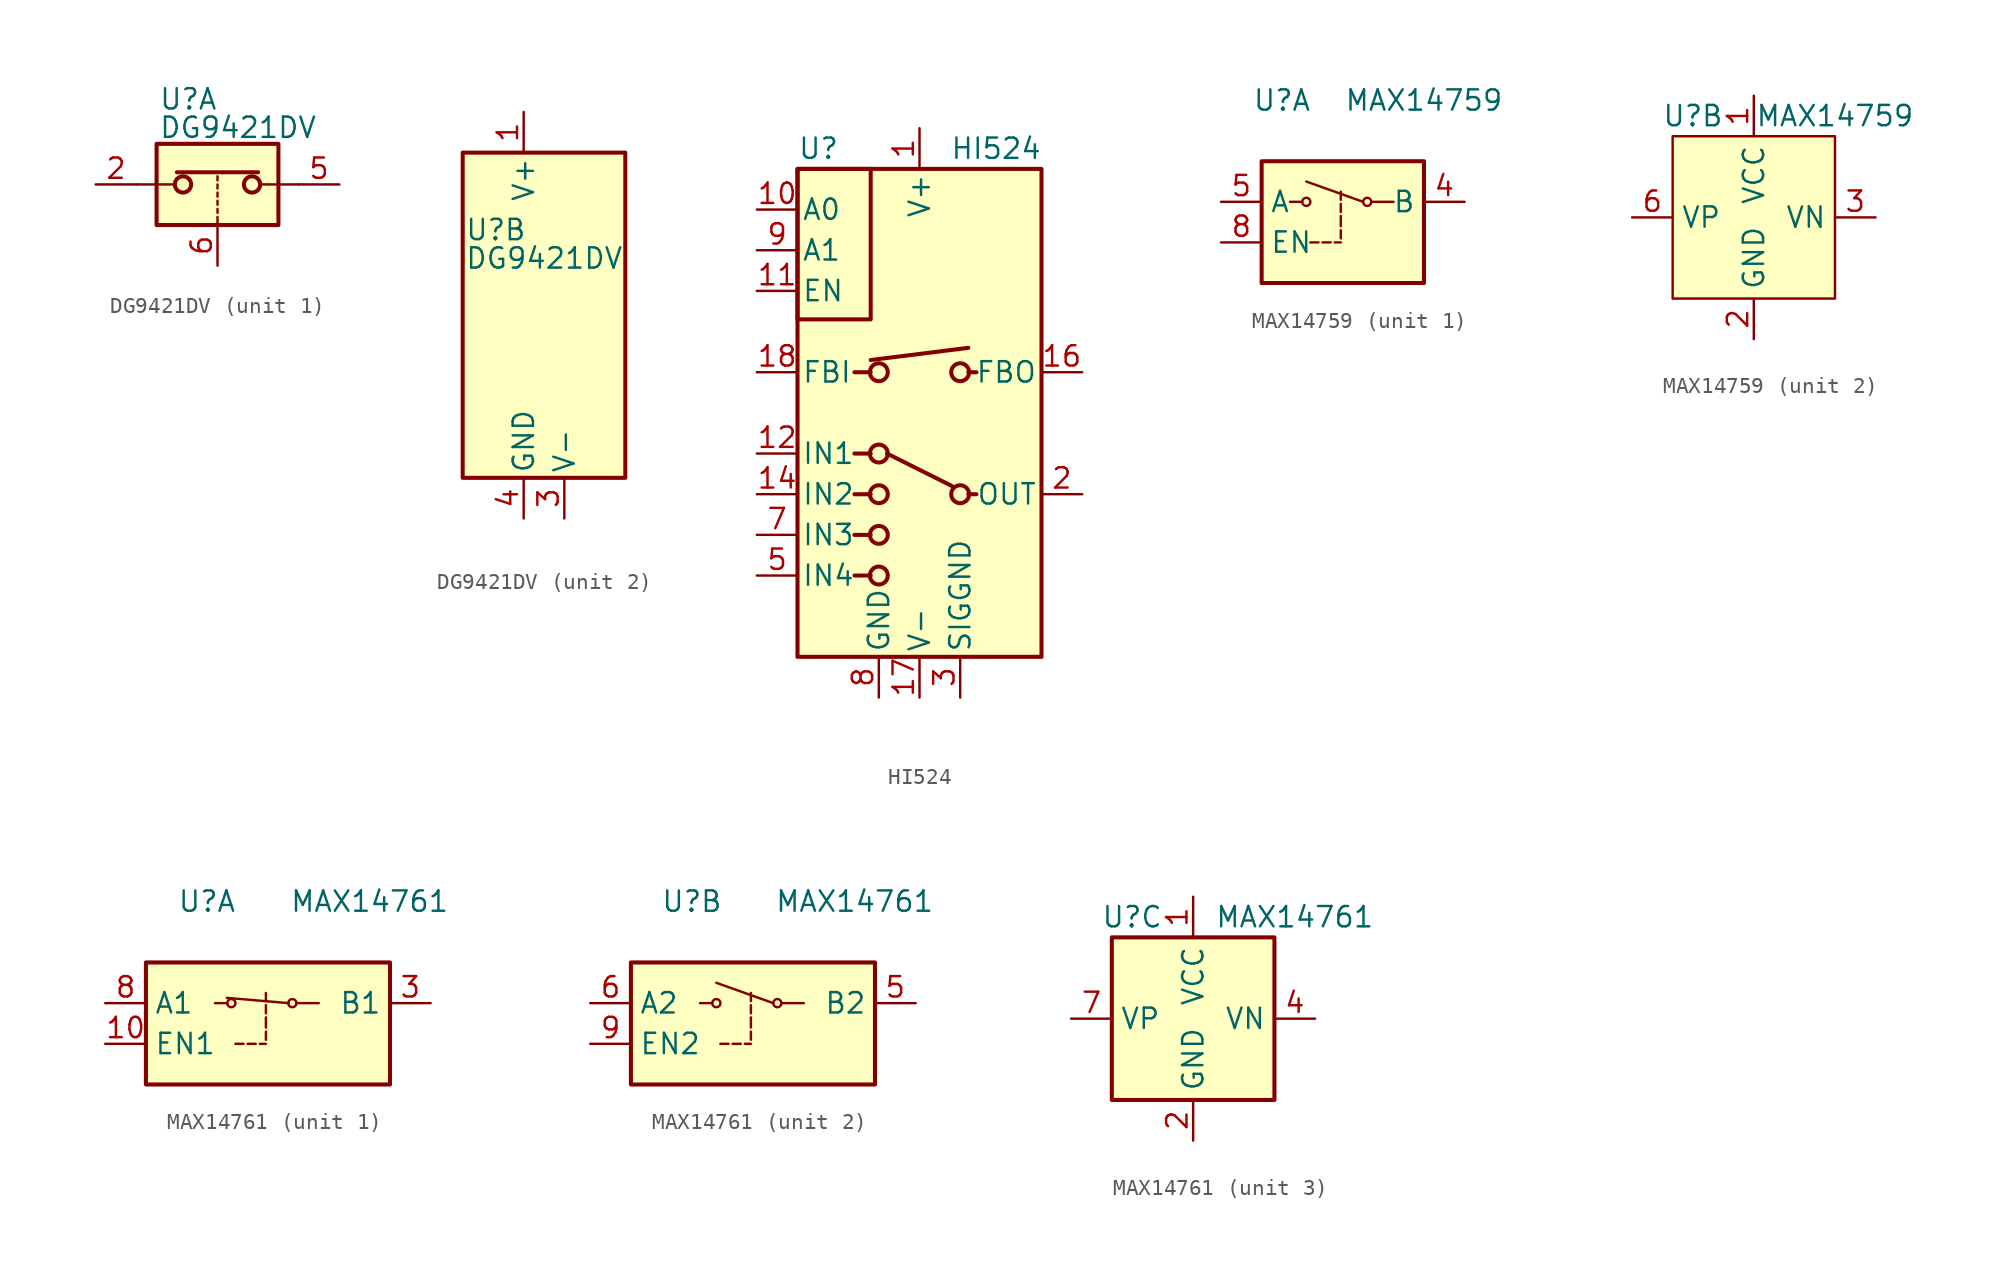
<source format=kicad_sym>
(kicad_symbol_lib
  (version 20220914)
  (generator kicad_symbol_editor)
  (symbol "DG9421DV"
    (pin_names
      (offset 0.254))
    (property "Reference" "U"
      (at -3.683 5.334 0)
      (effects (font (size 1.27 1.27)) (justify left)))
    (property "Value" "DG9421DV"
      (at -3.683 3.556 0)
      (effects (font (size 1.27 1.27)) (justify left)))
    (symbol "DG9421DV_1_1"
      (rectangle (start -3.81 2.54) (end 3.81 -2.54) (stroke (width 0.254) (type default)) (fill (type background)))
      (circle (center -2.159 0) (radius 0.508) (stroke (width 0.254) (type default)) (fill (type none)))
      (polyline (pts (xy -5.08 0) (xy -2.794 0)) (stroke (width 0) (type default)) (fill (type none)))
      (polyline (pts (xy -2.54 0.762) (xy 2.54 0.762)) (stroke (width 0.254) (type default)) (fill (type none)))
      (polyline (pts (xy 0 -2.54) (xy 0 -2.032)) (stroke (width 0) (type default)) (fill (type none)))
      (polyline (pts (xy 0 -1.778) (xy 0 -1.524)) (stroke (width 0) (type default)) (fill (type none)))
      (polyline (pts (xy 0 -1.27) (xy 0 -1.016)) (stroke (width 0) (type default)) (fill (type none)))
      (polyline (pts (xy 0 -0.762) (xy 0 -0.508)) (stroke (width 0) (type default)) (fill (type none)))
      (polyline (pts (xy 0 -0.254) (xy 0 0)) (stroke (width 0) (type default)) (fill (type none)))
      (polyline (pts (xy 0 0.254) (xy 0 0.508)) (stroke (width 0) (type default)) (fill (type none)))
      (polyline (pts (xy 5.08 0) (xy 2.794 0)) (stroke (width 0) (type default)) (fill (type none)))
      (circle (center 2.159 0) (radius 0.508) (stroke (width 0.254) (type default)) (fill (type none)))
      (pin passive line (at -7.62 0 0) (length 2.54) (name "~" (effects (font (size 1.27 1.27)))) (number "2" (effects (font (size 1.27 1.27)))))
      (pin passive line (at 7.62 0 180) (length 2.54) (name "~" (effects (font (size 1.27 1.27)))) (number "5" (effects (font (size 1.27 1.27)))))
      (pin input line (at 0 -5.08 90) (length 2.54) (name "~" (effects (font (size 1.27 1.27)))) (number "6" (effects (font (size 1.27 1.27))))))
    (symbol "DG9421DV_2_0"
      (pin power_in line (at 0 12.7 270) (length 2.54) (name "V+" (effects (font (size 1.27 1.27)))) (number "1" (effects (font (size 1.27 1.27)))))
      (pin power_in line (at 2.54 -12.7 90) (length 2.54) (name "V-" (effects (font (size 1.27 1.27)))) (number "3" (effects (font (size 1.27 1.27)))))
      (pin power_in line (at 0 -12.7 90) (length 2.54) (name "GND" (effects (font (size 1.27 1.27)))) (number "4" (effects (font (size 1.27 1.27))))))
    (symbol "DG9421DV_2_1"
      (rectangle (start -3.81 10.16) (end 6.35 -10.16) (stroke (width 0.254) (type default)) (fill (type background)))))
  (symbol "HI524"
    (pin_names
      (offset 0.254))
    (property "Reference" "U"
      (at -7.62 16.51 0)
      (effects (font (size 1.27 1.27)) (justify left)))
    (property "Value" "HI524"
      (at 1.905 16.51 0)
      (effects (font (size 1.27 1.27)) (justify left)))
    (symbol "HI524_0_1"
      (rectangle (start -7.62 -15.24) (end 7.62 15.24) (stroke (width 0.254) (type default)) (fill (type background)))
      (rectangle (start -7.62 5.842) (end -3.048 15.24) (stroke (width 0.254) (type default)) (fill (type none)))
      (circle (center -2.54 -10.16) (radius 0.559) (stroke (width 0.254) (type default)) (fill (type none)))
      (circle (center -2.54 -7.62) (radius 0.559) (stroke (width 0.254) (type default)) (fill (type none)))
      (circle (center -2.54 -5.08) (radius 0.559) (stroke (width 0.254) (type default)) (fill (type none)))
      (circle (center -2.54 -2.54) (radius 0.559) (stroke (width 0.254) (type default)) (fill (type none)))
      (circle (center -2.54 2.54) (radius 0.559) (stroke (width 0.254) (type default)) (fill (type none)))
      (polyline (pts (xy -4.064 -10.16) (xy -3.048 -10.16)) (stroke (width 0.254) (type default)) (fill (type none)))
      (polyline (pts (xy -4.064 -5.08) (xy -3.048 -5.08)) (stroke (width 0.254) (type default)) (fill (type none)))
      (polyline (pts (xy -3.048 -7.62) (xy -4.064 -7.62)) (stroke (width 0.254) (type default)) (fill (type none)))
      (polyline (pts (xy -3.048 -2.54) (xy -4.064 -2.54)) (stroke (width 0.254) (type default)) (fill (type none)))
      (polyline (pts (xy -3.048 2.54) (xy -4.064 2.54)) (stroke (width 0.254) (type default)) (fill (type none)))
      (polyline (pts (xy -3.048 3.302) (xy 3.048 4.064)) (stroke (width 0.254) (type default)) (fill (type none)))
      (polyline (pts (xy 2.032 -4.572) (xy -2.032 -2.54)) (stroke (width 0.254) (type default)) (fill (type none)))
      (polyline (pts (xy 3.048 -5.08) (xy 3.556 -5.08)) (stroke (width 0.254) (type default)) (fill (type none)))
      (polyline (pts (xy 3.048 2.54) (xy 3.556 2.54)) (stroke (width 0.254) (type default)) (fill (type none)))
      (circle (center 2.54 -5.08) (radius 0.559) (stroke (width 0.254) (type default)) (fill (type none)))
      (circle (center 2.54 2.54) (radius 0.559) (stroke (width 0.254) (type default)) (fill (type none))))
    (symbol "HI524_1_1"
      (pin power_in line (at 0 17.78 270) (length 2.54) (name "V+" (effects (font (size 1.27 1.27)))) (number "1" (effects (font (size 1.27 1.27)))))
      (pin input line (at -10.16 12.7 0) (length 2.54) (name "A0" (effects (font (size 1.27 1.27)))) (number "10" (effects (font (size 1.27 1.27)))))
      (pin input line (at -10.16 7.62 0) (length 2.54) (name "EN" (effects (font (size 1.27 1.27)))) (number "11" (effects (font (size 1.27 1.27)))))
      (pin input line (at -10.16 -2.54 0) (length 2.54) (name "IN1" (effects (font (size 1.27 1.27)))) (number "12" (effects (font (size 1.27 1.27)))))
      (pin passive line (at 2.54 -17.78 90) (length 2.54) hide (name "SIGGND" (effects (font (size 1.27 1.27)))) (number "13" (effects (font (size 1.27 1.27)))))
      (pin input line (at -10.16 -5.08 0) (length 2.54) (name "IN2" (effects (font (size 1.27 1.27)))) (number "14" (effects (font (size 1.27 1.27)))))
      (pin passive line (at 2.54 -17.78 90) (length 2.54) hide (name "SIGGND" (effects (font (size 1.27 1.27)))) (number "15" (effects (font (size 1.27 1.27)))))
      (pin output line (at 10.16 2.54 180) (length 2.54) (name "FBO" (effects (font (size 1.27 1.27)))) (number "16" (effects (font (size 1.27 1.27)))))
      (pin power_in line (at 0 -17.78 90) (length 2.54) (name "V-" (effects (font (size 1.27 1.27)))) (number "17" (effects (font (size 1.27 1.27)))))
      (pin input line (at -10.16 2.54 0) (length 2.54) (name "FBI" (effects (font (size 1.27 1.27)))) (number "18" (effects (font (size 1.27 1.27)))))
      (pin output line (at 10.16 -5.08 180) (length 2.54) (name "OUT" (effects (font (size 1.27 1.27)))) (number "2" (effects (font (size 1.27 1.27)))))
      (pin power_in line (at 2.54 -17.78 90) (length 2.54) (name "SIGGND" (effects (font (size 1.27 1.27)))) (number "3" (effects (font (size 1.27 1.27)))))
      (pin passive line (at 2.54 -17.78 90) (length 2.54) hide (name "SIGGND" (effects (font (size 1.27 1.27)))) (number "4" (effects (font (size 1.27 1.27)))))
      (pin input line (at -10.16 -10.16 0) (length 2.54) (name "IN4" (effects (font (size 1.27 1.27)))) (number "5" (effects (font (size 1.27 1.27)))))
      (pin passive line (at 2.54 -17.78 90) (length 2.54) hide (name "SIGGND" (effects (font (size 1.27 1.27)))) (number "6" (effects (font (size 1.27 1.27)))))
      (pin input line (at -10.16 -7.62 0) (length 2.54) (name "IN3" (effects (font (size 1.27 1.27)))) (number "7" (effects (font (size 1.27 1.27)))))
      (pin power_in line (at -2.54 -17.78 90) (length 2.54) (name "GND" (effects (font (size 1.27 1.27)))) (number "8" (effects (font (size 1.27 1.27)))))
      (pin input line (at -10.16 10.16 0) (length 2.54) (name "A1" (effects (font (size 1.27 1.27)))) (number "9" (effects (font (size 1.27 1.27)))))))
  (symbol "MAX14759"
    (property "Reference" "U"
      (at -3.81 6.35 0)
      (effects (font (size 1.27 1.27))))
    (property "Value" "MAX14759"
      (at 5.08 6.35 0)
      (effects (font (size 1.27 1.27))))
    (property "ki_locked" ""
      (at 0 0 0)
      (effects (font (size 1.27 1.27))))
    (symbol "MAX14759_1_1"
      (rectangle (start -5.08 -5.08) (end 5.08 2.54) (stroke (width 0.254) (type default)) (fill (type background)))
      (circle (center -2.286 0) (radius 0.254) (stroke (width 0) (type default)) (fill (type none)))
      (polyline (pts (xy -3.302 0) (xy -2.54 0)) (stroke (width 0) (type default)) (fill (type none)))
      (polyline (pts (xy -2.032 -2.54) (xy -1.524 -2.54)) (stroke (width 0) (type default)) (fill (type none)))
      (polyline (pts (xy -1.27 -2.54) (xy -0.762 -2.54)) (stroke (width 0) (type default)) (fill (type none)))
      (polyline (pts (xy -0.508 -2.54) (xy -0.127 -2.54)) (stroke (width 0) (type default)) (fill (type none)))
      (polyline (pts (xy -0.127 -2.286) (xy -0.127 -1.778)) (stroke (width 0) (type default)) (fill (type none)))
      (polyline (pts (xy -0.127 -1.524) (xy -0.127 -0.889)) (stroke (width 0) (type default)) (fill (type none)))
      (polyline (pts (xy -0.127 -0.635) (xy -0.127 -0.127)) (stroke (width 0) (type default)) (fill (type none)))
      (polyline (pts (xy -0.127 0.127) (xy -0.127 0.635)) (stroke (width 0) (type default)) (fill (type none)))
      (polyline (pts (xy 1.27 0) (xy -2.286 1.27)) (stroke (width 0) (type default)) (fill (type none)))
      (polyline (pts (xy 3.175 0) (xy 1.778 0)) (stroke (width 0) (type default)) (fill (type none)))
      (circle (center 1.524 0) (radius 0.254) (stroke (width 0) (type default)) (fill (type none)))
      (pin passive line (at 7.62 0 180) (length 2.54) (name "B" (effects (font (size 1.27 1.27)))) (number "4" (effects (font (size 1.27 1.27)))))
      (pin passive line (at -7.62 0 0) (length 2.54) (name "A" (effects (font (size 1.27 1.27)))) (number "5" (effects (font (size 1.27 1.27)))))
      (pin input line (at -7.62 -2.54 0) (length 2.54) (name "EN" (effects (font (size 1.27 1.27)))) (number "8" (effects (font (size 1.27 1.27))))))
    (symbol "MAX14759_2_1"
      (rectangle (start -5.08 5.08) (end 5.08 -5.08) (stroke (width 0) (type default)) (fill (type background)))
      (pin power_in line (at 0 7.62 270) (length 2.54) (name "VCC" (effects (font (size 1.27 1.27)))) (number "1" (effects (font (size 1.27 1.27)))))
      (pin power_in line (at 0 -7.62 90) (length 2.54) (name "GND" (effects (font (size 1.27 1.27)))) (number "2" (effects (font (size 1.27 1.27)))))
      (pin passive line (at 7.62 0 180) (length 2.54) (name "VN" (effects (font (size 1.27 1.27)))) (number "3" (effects (font (size 1.27 1.27)))))
      (pin passive line (at -7.62 0 0) (length 2.54) (name "VP" (effects (font (size 1.27 1.27)))) (number "6" (effects (font (size 1.27 1.27)))))
      (pin no_connect line (at -2.54 2.54 180) (length 2.54) hide (name "NC" (effects (font (size 1.27 1.27)))) (number "7" (effects (font (size 1.27 1.27)))))
      (pin passive line (at 7.62 0 180) (length 2.54) hide (name "VN" (effects (font (size 1.27 1.27)))) (number "9" (effects (font (size 1.27 1.27)))))))
  (symbol "MAX14761"
    (property "Reference" "U"
      (at -3.81 6.35 0)
      (effects (font (size 1.27 1.27))))
    (property "Value" "MAX14761"
      (at 6.35 6.35 0)
      (effects (font (size 1.27 1.27))))
    (property "ki_locked" ""
      (at 0 0 0)
      (effects (font (size 1.27 1.27))))
    (symbol "MAX14761_1_1"
      (rectangle (start -7.62 2.54) (end 7.62 -5.08) (stroke (width 0.254) (type default)) (fill (type background)))
      (circle (center -2.286 0) (radius 0.254) (stroke (width 0) (type default)) (fill (type none)))
      (polyline (pts (xy -3.302 0) (xy -2.54 0)) (stroke (width 0) (type default)) (fill (type none)))
      (polyline (pts (xy -2.032 -2.54) (xy -1.524 -2.54)) (stroke (width 0) (type default)) (fill (type none)))
      (polyline (pts (xy -1.27 -2.54) (xy -0.762 -2.54)) (stroke (width 0) (type default)) (fill (type none)))
      (polyline (pts (xy -0.508 -2.54) (xy -0.127 -2.54)) (stroke (width 0) (type default)) (fill (type none)))
      (polyline (pts (xy -0.127 -2.286) (xy -0.127 -1.778)) (stroke (width 0) (type default)) (fill (type none)))
      (polyline (pts (xy -0.127 -1.524) (xy -0.127 -0.889)) (stroke (width 0) (type default)) (fill (type none)))
      (polyline (pts (xy -0.127 -0.635) (xy -0.127 -0.127)) (stroke (width 0) (type default)) (fill (type none)))
      (polyline (pts (xy -0.127 0.127) (xy -0.127 0.635)) (stroke (width 0) (type default)) (fill (type none)))
      (polyline (pts (xy 1.295 0) (xy -2.565 0.33)) (stroke (width 0) (type default)) (fill (type none)))
      (polyline (pts (xy 3.175 0) (xy 1.778 0)) (stroke (width 0) (type default)) (fill (type none)))
      (circle (center 1.524 0) (radius 0.254) (stroke (width 0) (type default)) (fill (type none)))
      (pin input line (at -10.16 -2.54 0) (length 2.54) (name "EN1" (effects (font (size 1.27 1.27)))) (number "10" (effects (font (size 1.27 1.27)))))
      (pin passive line (at 10.16 0 180) (length 2.54) (name "B1" (effects (font (size 1.27 1.27)))) (number "3" (effects (font (size 1.27 1.27)))))
      (pin passive line (at -10.16 0 0) (length 2.54) (name "A1" (effects (font (size 1.27 1.27)))) (number "8" (effects (font (size 1.27 1.27))))))
    (symbol "MAX14761_2_1"
      (rectangle (start -7.62 -5.08) (end 7.62 2.54) (stroke (width 0.254) (type default)) (fill (type background)))
      (circle (center -2.286 0) (radius 0.254) (stroke (width 0) (type default)) (fill (type none)))
      (polyline (pts (xy -3.302 0) (xy -2.54 0)) (stroke (width 0) (type default)) (fill (type none)))
      (polyline (pts (xy -2.032 -2.54) (xy -1.524 -2.54)) (stroke (width 0) (type default)) (fill (type none)))
      (polyline (pts (xy -1.27 -2.54) (xy -0.762 -2.54)) (stroke (width 0) (type default)) (fill (type none)))
      (polyline (pts (xy -0.508 -2.54) (xy -0.127 -2.54)) (stroke (width 0) (type default)) (fill (type none)))
      (polyline (pts (xy -0.127 -2.286) (xy -0.127 -1.778)) (stroke (width 0) (type default)) (fill (type none)))
      (polyline (pts (xy -0.127 -1.524) (xy -0.127 -0.889)) (stroke (width 0) (type default)) (fill (type none)))
      (polyline (pts (xy -0.127 -0.635) (xy -0.127 -0.127)) (stroke (width 0) (type default)) (fill (type none)))
      (polyline (pts (xy -0.127 0.127) (xy -0.127 0.635)) (stroke (width 0) (type default)) (fill (type none)))
      (polyline (pts (xy 1.27 0) (xy -2.286 1.27)) (stroke (width 0) (type default)) (fill (type none)))
      (polyline (pts (xy 3.175 0) (xy 1.778 0)) (stroke (width 0) (type default)) (fill (type none)))
      (circle (center 1.524 0) (radius 0.254) (stroke (width 0) (type default)) (fill (type none)))
      (pin passive line (at 10.16 0 180) (length 2.54) (name "B2" (effects (font (size 1.27 1.27)))) (number "5" (effects (font (size 1.27 1.27)))))
      (pin passive line (at -10.16 0 0) (length 2.54) (name "A2" (effects (font (size 1.27 1.27)))) (number "6" (effects (font (size 1.27 1.27)))))
      (pin input line (at -10.16 -2.54 0) (length 2.54) (name "EN2" (effects (font (size 1.27 1.27)))) (number "9" (effects (font (size 1.27 1.27))))))
    (symbol "MAX14761_3_1"
      (rectangle (start -5.08 5.08) (end 5.08 -5.08) (stroke (width 0.254) (type default)) (fill (type background)))
      (pin power_in line (at 0 7.62 270) (length 2.54) (name "VCC" (effects (font (size 1.27 1.27)))) (number "1" (effects (font (size 1.27 1.27)))))
      (pin passive line (at 7.62 0 180) (length 2.54) hide (name "VN" (effects (font (size 1.27 1.27)))) (number "11" (effects (font (size 1.27 1.27)))))
      (pin power_in line (at 0 -7.62 90) (length 2.54) (name "GND" (effects (font (size 1.27 1.27)))) (number "2" (effects (font (size 1.27 1.27)))))
      (pin passive line (at 7.62 0 180) (length 2.54) (name "VN" (effects (font (size 1.27 1.27)))) (number "4" (effects (font (size 1.27 1.27)))))
      (pin passive line (at -7.62 0 0) (length 2.54) (name "VP" (effects (font (size 1.27 1.27)))) (number "7" (effects (font (size 1.27 1.27))))))))
</source>
